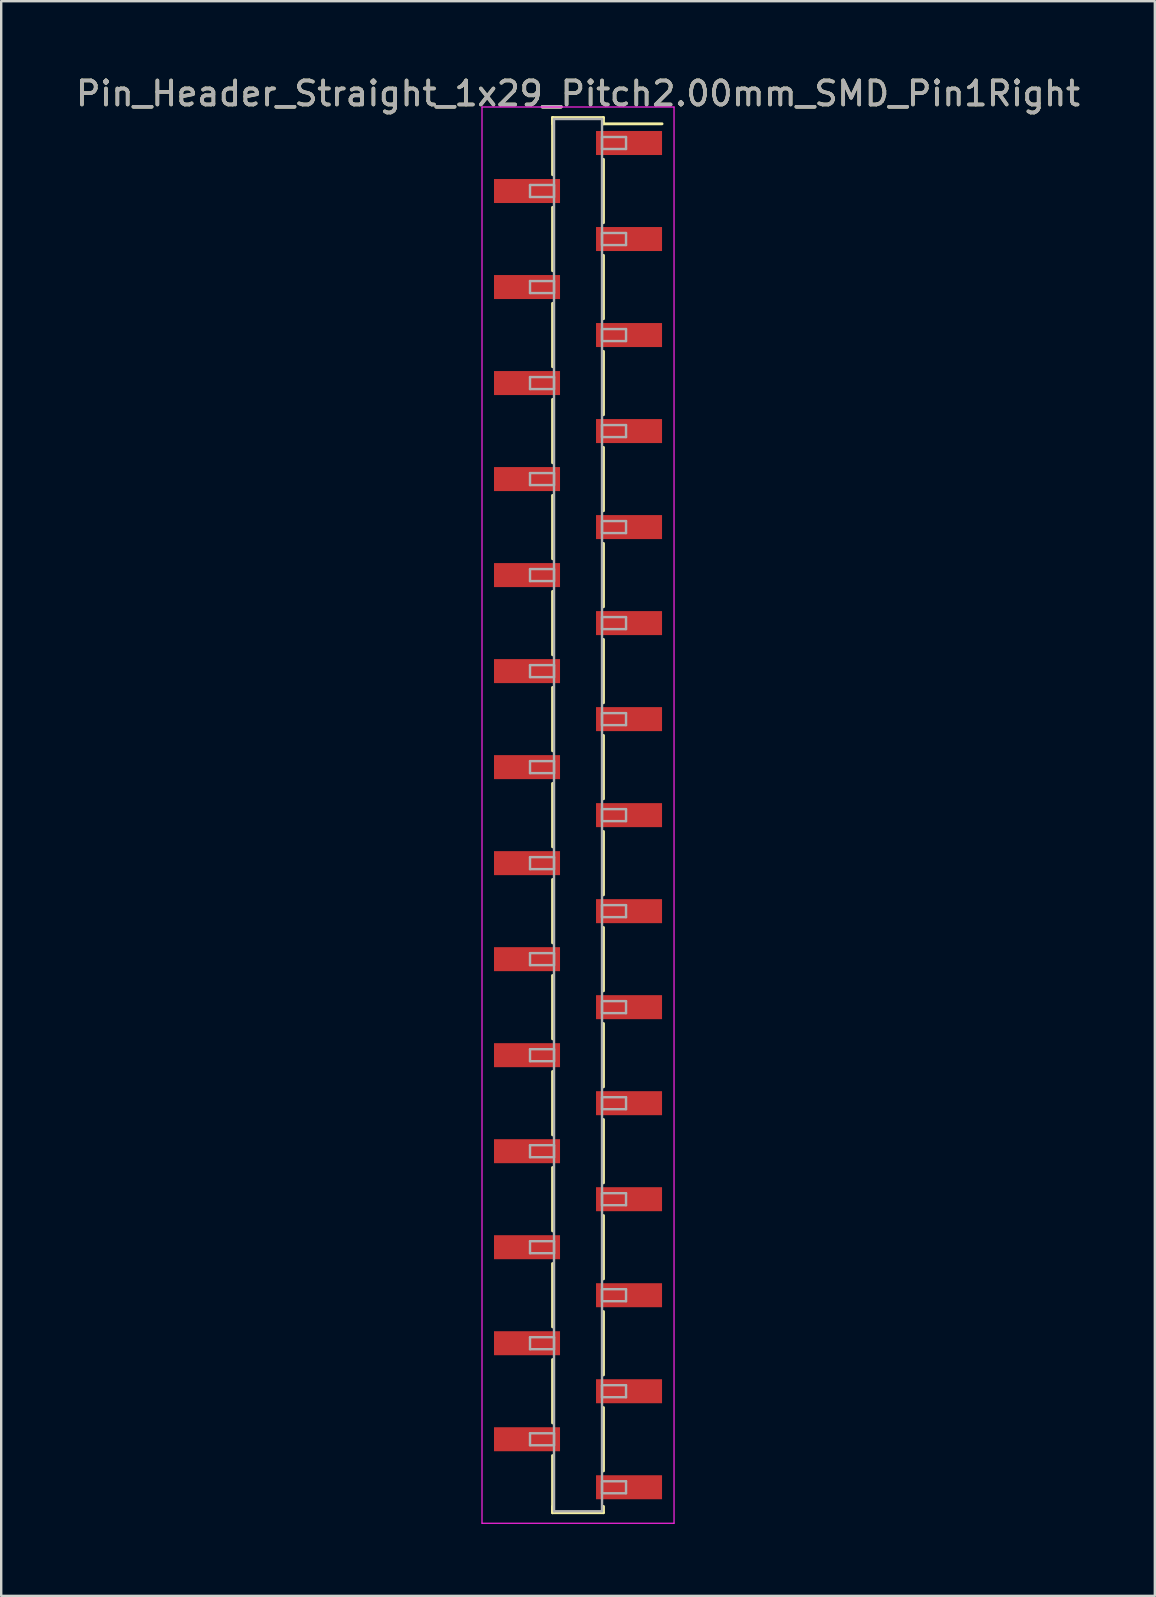
<source format=kicad_pcb>
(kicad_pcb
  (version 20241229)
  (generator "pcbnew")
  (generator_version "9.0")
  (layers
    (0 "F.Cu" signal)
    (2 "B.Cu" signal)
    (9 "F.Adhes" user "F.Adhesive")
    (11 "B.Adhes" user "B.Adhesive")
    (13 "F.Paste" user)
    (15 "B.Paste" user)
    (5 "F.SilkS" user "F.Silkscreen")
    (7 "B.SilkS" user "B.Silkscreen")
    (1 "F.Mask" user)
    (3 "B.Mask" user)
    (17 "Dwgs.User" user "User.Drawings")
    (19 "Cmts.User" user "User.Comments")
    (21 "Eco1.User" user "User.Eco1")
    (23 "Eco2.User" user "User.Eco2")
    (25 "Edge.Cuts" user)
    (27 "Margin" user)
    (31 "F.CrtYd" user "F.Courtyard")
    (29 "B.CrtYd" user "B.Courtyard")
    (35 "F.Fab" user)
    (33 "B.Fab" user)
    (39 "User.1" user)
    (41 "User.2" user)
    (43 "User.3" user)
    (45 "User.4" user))
  (footprint "Pin_Header_Straight_1x29_Pitch2.00mm_SMD_Pin1Right"
    (layer "F.Cu")
    (at 21.03 30.908)
    (property "Reference" "Pin_Header_Straight_1x29_Pitch2.00mm_SMD_Pin1Right" (at 0 -30.06 0) (layer "F.SilkS") (effects (font (size 1 1) (thickness 0.15))))
    (attr smd)
    (fp_line (start -1.06 -29.06) (end -1.06 -26.68) (stroke (width 0.12) (type solid)) (layer "F.SilkS"))
    (fp_line (start -1.06 -29.06) (end 1.06 -29.06) (stroke (width 0.12) (type solid)) (layer "F.SilkS"))
    (fp_line (start -1.06 -28.8) (end -1.06 -29.06) (stroke (width 0.12) (type solid)) (layer "F.SilkS"))
    (fp_line (start -1.06 -25.32) (end -1.06 -22.68) (stroke (width 0.12) (type solid)) (layer "F.SilkS"))
    (fp_line (start -1.06 -21.32) (end -1.06 -18.68) (stroke (width 0.12) (type solid)) (layer "F.SilkS"))
    (fp_line (start -1.06 -17.32) (end -1.06 -14.68) (stroke (width 0.12) (type solid)) (layer "F.SilkS"))
    (fp_line (start -1.06 -13.32) (end -1.06 -10.68) (stroke (width 0.12) (type solid)) (layer "F.SilkS"))
    (fp_line (start -1.06 -9.32) (end -1.06 -6.68) (stroke (width 0.12) (type solid)) (layer "F.SilkS"))
    (fp_line (start -1.06 -5.32) (end -1.06 -2.68) (stroke (width 0.12) (type solid)) (layer "F.SilkS"))
    (fp_line (start -1.06 -1.32) (end -1.06 1.32) (stroke (width 0.12) (type solid)) (layer "F.SilkS"))
    (fp_line (start -1.06 2.68) (end -1.06 5.32) (stroke (width 0.12) (type solid)) (layer "F.SilkS"))
    (fp_line (start -1.06 6.68) (end -1.06 9.32) (stroke (width 0.12) (type solid)) (layer "F.SilkS"))
    (fp_line (start -1.06 10.68) (end -1.06 13.32) (stroke (width 0.12) (type solid)) (layer "F.SilkS"))
    (fp_line (start -1.06 14.68) (end -1.06 17.32) (stroke (width 0.12) (type solid)) (layer "F.SilkS"))
    (fp_line (start -1.06 18.68) (end -1.06 21.32) (stroke (width 0.12) (type solid)) (layer "F.SilkS"))
    (fp_line (start -1.06 22.68) (end -1.06 25.32) (stroke (width 0.12) (type solid)) (layer "F.SilkS"))
    (fp_line (start -1.06 26.68) (end -1.06 29.06) (stroke (width 0.12) (type solid)) (layer "F.SilkS"))
    (fp_line (start -1.06 28.8) (end -1.06 29.06) (stroke (width 0.12) (type solid)) (layer "F.SilkS"))
    (fp_line (start -1.06 29.06) (end 1.06 29.06) (stroke (width 0.12) (type solid)) (layer "F.SilkS"))
    (fp_line (start 1.06 -29.06) (end 1.06 -28.8) (stroke (width 0.12) (type solid)) (layer "F.SilkS"))
    (fp_line (start 1.06 -28.8) (end 3.5 -28.8) (stroke (width 0.12) (type solid)) (layer "F.SilkS"))
    (fp_line (start 1.06 -27.32) (end 1.06 -24.68) (stroke (width 0.12) (type solid)) (layer "F.SilkS"))
    (fp_line (start 1.06 -23.32) (end 1.06 -20.68) (stroke (width 0.12) (type solid)) (layer "F.SilkS"))
    (fp_line (start 1.06 -19.32) (end 1.06 -16.68) (stroke (width 0.12) (type solid)) (layer "F.SilkS"))
    (fp_line (start 1.06 -15.32) (end 1.06 -12.68) (stroke (width 0.12) (type solid)) (layer "F.SilkS"))
    (fp_line (start 1.06 -11.32) (end 1.06 -8.68) (stroke (width 0.12) (type solid)) (layer "F.SilkS"))
    (fp_line (start 1.06 -7.32) (end 1.06 -4.68) (stroke (width 0.12) (type solid)) (layer "F.SilkS"))
    (fp_line (start 1.06 -3.32) (end 1.06 -0.68) (stroke (width 0.12) (type solid)) (layer "F.SilkS"))
    (fp_line (start 1.06 0.68) (end 1.06 3.32) (stroke (width 0.12) (type solid)) (layer "F.SilkS"))
    (fp_line (start 1.06 4.68) (end 1.06 7.32) (stroke (width 0.12) (type solid)) (layer "F.SilkS"))
    (fp_line (start 1.06 8.68) (end 1.06 11.32) (stroke (width 0.12) (type solid)) (layer "F.SilkS"))
    (fp_line (start 1.06 12.68) (end 1.06 15.32) (stroke (width 0.12) (type solid)) (layer "F.SilkS"))
    (fp_line (start 1.06 16.68) (end 1.06 19.32) (stroke (width 0.12) (type solid)) (layer "F.SilkS"))
    (fp_line (start 1.06 20.68) (end 1.06 23.32) (stroke (width 0.12) (type solid)) (layer "F.SilkS"))
    (fp_line (start 1.06 24.68) (end 1.06 27.32) (stroke (width 0.12) (type solid)) (layer "F.SilkS"))
    (fp_line (start 1.06 29.06) (end 1.06 28.8) (stroke (width 0.12) (type solid)) (layer "F.SilkS"))
    (fp_line (start -4 -29.5) (end -4 29.5) (stroke (width 0.05) (type solid)) (layer "F.CrtYd"))
    (fp_line (start -4 29.5) (end 4 29.5) (stroke (width 0.05) (type solid)) (layer "F.CrtYd"))
    (fp_line (start 4 -29.5) (end -4 -29.5) (stroke (width 0.05) (type solid)) (layer "F.CrtYd"))
    (fp_line (start 4 29.5) (end 4 -29.5) (stroke (width 0.05) (type solid)) (layer "F.CrtYd"))
    (fp_line (start -2 -26.25) (end -1 -26.25) (stroke (width 0.1) (type solid)) (layer "F.Fab"))
    (fp_line (start -2 -25.75) (end -2 -26.25) (stroke (width 0.1) (type solid)) (layer "F.Fab"))
    (fp_line (start -2 -22.25) (end -1 -22.25) (stroke (width 0.1) (type solid)) (layer "F.Fab"))
    (fp_line (start -2 -21.75) (end -2 -22.25) (stroke (width 0.1) (type solid)) (layer "F.Fab"))
    (fp_line (start -2 -18.25) (end -1 -18.25) (stroke (width 0.1) (type solid)) (layer "F.Fab"))
    (fp_line (start -2 -17.75) (end -2 -18.25) (stroke (width 0.1) (type solid)) (layer "F.Fab"))
    (fp_line (start -2 -14.25) (end -1 -14.25) (stroke (width 0.1) (type solid)) (layer "F.Fab"))
    (fp_line (start -2 -13.75) (end -2 -14.25) (stroke (width 0.1) (type solid)) (layer "F.Fab"))
    (fp_line (start -2 -10.25) (end -1 -10.25) (stroke (width 0.1) (type solid)) (layer "F.Fab"))
    (fp_line (start -2 -9.75) (end -2 -10.25) (stroke (width 0.1) (type solid)) (layer "F.Fab"))
    (fp_line (start -2 -6.25) (end -1 -6.25) (stroke (width 0.1) (type solid)) (layer "F.Fab"))
    (fp_line (start -2 -5.75) (end -2 -6.25) (stroke (width 0.1) (type solid)) (layer "F.Fab"))
    (fp_line (start -2 -2.25) (end -1 -2.25) (stroke (width 0.1) (type solid)) (layer "F.Fab"))
    (fp_line (start -2 -1.75) (end -2 -2.25) (stroke (width 0.1) (type solid)) (layer "F.Fab"))
    (fp_line (start -2 1.75) (end -1 1.75) (stroke (width 0.1) (type solid)) (layer "F.Fab"))
    (fp_line (start -2 2.25) (end -2 1.75) (stroke (width 0.1) (type solid)) (layer "F.Fab"))
    (fp_line (start -2 5.75) (end -1 5.75) (stroke (width 0.1) (type solid)) (layer "F.Fab"))
    (fp_line (start -2 6.25) (end -2 5.75) (stroke (width 0.1) (type solid)) (layer "F.Fab"))
    (fp_line (start -2 9.75) (end -1 9.75) (stroke (width 0.1) (type solid)) (layer "F.Fab"))
    (fp_line (start -2 10.25) (end -2 9.75) (stroke (width 0.1) (type solid)) (layer "F.Fab"))
    (fp_line (start -2 13.75) (end -1 13.75) (stroke (width 0.1) (type solid)) (layer "F.Fab"))
    (fp_line (start -2 14.25) (end -2 13.75) (stroke (width 0.1) (type solid)) (layer "F.Fab"))
    (fp_line (start -2 17.75) (end -1 17.75) (stroke (width 0.1) (type solid)) (layer "F.Fab"))
    (fp_line (start -2 18.25) (end -2 17.75) (stroke (width 0.1) (type solid)) (layer "F.Fab"))
    (fp_line (start -2 21.75) (end -1 21.75) (stroke (width 0.1) (type solid)) (layer "F.Fab"))
    (fp_line (start -2 22.25) (end -2 21.75) (stroke (width 0.1) (type solid)) (layer "F.Fab"))
    (fp_line (start -2 25.75) (end -1 25.75) (stroke (width 0.1) (type solid)) (layer "F.Fab"))
    (fp_line (start -2 26.25) (end -2 25.75) (stroke (width 0.1) (type solid)) (layer "F.Fab"))
    (fp_line (start -1 -29) (end -1 29) (stroke (width 0.1) (type solid)) (layer "F.Fab"))
    (fp_line (start -1 -26.25) (end -1 -25.75) (stroke (width 0.1) (type solid)) (layer "F.Fab"))
    (fp_line (start -1 -25.75) (end -2 -25.75) (stroke (width 0.1) (type solid)) (layer "F.Fab"))
    (fp_line (start -1 -22.25) (end -1 -21.75) (stroke (width 0.1) (type solid)) (layer "F.Fab"))
    (fp_line (start -1 -21.75) (end -2 -21.75) (stroke (width 0.1) (type solid)) (layer "F.Fab"))
    (fp_line (start -1 -18.25) (end -1 -17.75) (stroke (width 0.1) (type solid)) (layer "F.Fab"))
    (fp_line (start -1 -17.75) (end -2 -17.75) (stroke (width 0.1) (type solid)) (layer "F.Fab"))
    (fp_line (start -1 -14.25) (end -1 -13.75) (stroke (width 0.1) (type solid)) (layer "F.Fab"))
    (fp_line (start -1 -13.75) (end -2 -13.75) (stroke (width 0.1) (type solid)) (layer "F.Fab"))
    (fp_line (start -1 -10.25) (end -1 -9.75) (stroke (width 0.1) (type solid)) (layer "F.Fab"))
    (fp_line (start -1 -9.75) (end -2 -9.75) (stroke (width 0.1) (type solid)) (layer "F.Fab"))
    (fp_line (start -1 -6.25) (end -1 -5.75) (stroke (width 0.1) (type solid)) (layer "F.Fab"))
    (fp_line (start -1 -5.75) (end -2 -5.75) (stroke (width 0.1) (type solid)) (layer "F.Fab"))
    (fp_line (start -1 -2.25) (end -1 -1.75) (stroke (width 0.1) (type solid)) (layer "F.Fab"))
    (fp_line (start -1 -1.75) (end -2 -1.75) (stroke (width 0.1) (type solid)) (layer "F.Fab"))
    (fp_line (start -1 1.75) (end -1 2.25) (stroke (width 0.1) (type solid)) (layer "F.Fab"))
    (fp_line (start -1 2.25) (end -2 2.25) (stroke (width 0.1) (type solid)) (layer "F.Fab"))
    (fp_line (start -1 5.75) (end -1 6.25) (stroke (width 0.1) (type solid)) (layer "F.Fab"))
    (fp_line (start -1 6.25) (end -2 6.25) (stroke (width 0.1) (type solid)) (layer "F.Fab"))
    (fp_line (start -1 9.75) (end -1 10.25) (stroke (width 0.1) (type solid)) (layer "F.Fab"))
    (fp_line (start -1 10.25) (end -2 10.25) (stroke (width 0.1) (type solid)) (layer "F.Fab"))
    (fp_line (start -1 13.75) (end -1 14.25) (stroke (width 0.1) (type solid)) (layer "F.Fab"))
    (fp_line (start -1 14.25) (end -2 14.25) (stroke (width 0.1) (type solid)) (layer "F.Fab"))
    (fp_line (start -1 17.75) (end -1 18.25) (stroke (width 0.1) (type solid)) (layer "F.Fab"))
    (fp_line (start -1 18.25) (end -2 18.25) (stroke (width 0.1) (type solid)) (layer "F.Fab"))
    (fp_line (start -1 21.75) (end -1 22.25) (stroke (width 0.1) (type solid)) (layer "F.Fab"))
    (fp_line (start -1 22.25) (end -2 22.25) (stroke (width 0.1) (type solid)) (layer "F.Fab"))
    (fp_line (start -1 25.75) (end -1 26.25) (stroke (width 0.1) (type solid)) (layer "F.Fab"))
    (fp_line (start -1 26.25) (end -2 26.25) (stroke (width 0.1) (type solid)) (layer "F.Fab"))
    (fp_line (start -1 29) (end 1 29) (stroke (width 0.1) (type solid)) (layer "F.Fab"))
    (fp_line (start 1 -29) (end -1 -29) (stroke (width 0.1) (type solid)) (layer "F.Fab"))
    (fp_line (start 1 -28.25) (end 1 -27.75) (stroke (width 0.1) (type solid)) (layer "F.Fab"))
    (fp_line (start 1 -27.75) (end 2 -27.75) (stroke (width 0.1) (type solid)) (layer "F.Fab"))
    (fp_line (start 1 -24.25) (end 1 -23.75) (stroke (width 0.1) (type solid)) (layer "F.Fab"))
    (fp_line (start 1 -23.75) (end 2 -23.75) (stroke (width 0.1) (type solid)) (layer "F.Fab"))
    (fp_line (start 1 -20.25) (end 1 -19.75) (stroke (width 0.1) (type solid)) (layer "F.Fab"))
    (fp_line (start 1 -19.75) (end 2 -19.75) (stroke (width 0.1) (type solid)) (layer "F.Fab"))
    (fp_line (start 1 -16.25) (end 1 -15.75) (stroke (width 0.1) (type solid)) (layer "F.Fab"))
    (fp_line (start 1 -15.75) (end 2 -15.75) (stroke (width 0.1) (type solid)) (layer "F.Fab"))
    (fp_line (start 1 -12.25) (end 1 -11.75) (stroke (width 0.1) (type solid)) (layer "F.Fab"))
    (fp_line (start 1 -11.75) (end 2 -11.75) (stroke (width 0.1) (type solid)) (layer "F.Fab"))
    (fp_line (start 1 -8.25) (end 1 -7.75) (stroke (width 0.1) (type solid)) (layer "F.Fab"))
    (fp_line (start 1 -7.75) (end 2 -7.75) (stroke (width 0.1) (type solid)) (layer "F.Fab"))
    (fp_line (start 1 -4.25) (end 1 -3.75) (stroke (width 0.1) (type solid)) (layer "F.Fab"))
    (fp_line (start 1 -3.75) (end 2 -3.75) (stroke (width 0.1) (type solid)) (layer "F.Fab"))
    (fp_line (start 1 -0.25) (end 1 0.25) (stroke (width 0.1) (type solid)) (layer "F.Fab"))
    (fp_line (start 1 0.25) (end 2 0.25) (stroke (width 0.1) (type solid)) (layer "F.Fab"))
    (fp_line (start 1 3.75) (end 1 4.25) (stroke (width 0.1) (type solid)) (layer "F.Fab"))
    (fp_line (start 1 4.25) (end 2 4.25) (stroke (width 0.1) (type solid)) (layer "F.Fab"))
    (fp_line (start 1 7.75) (end 1 8.25) (stroke (width 0.1) (type solid)) (layer "F.Fab"))
    (fp_line (start 1 8.25) (end 2 8.25) (stroke (width 0.1) (type solid)) (layer "F.Fab"))
    (fp_line (start 1 11.75) (end 1 12.25) (stroke (width 0.1) (type solid)) (layer "F.Fab"))
    (fp_line (start 1 12.25) (end 2 12.25) (stroke (width 0.1) (type solid)) (layer "F.Fab"))
    (fp_line (start 1 15.75) (end 1 16.25) (stroke (width 0.1) (type solid)) (layer "F.Fab"))
    (fp_line (start 1 16.25) (end 2 16.25) (stroke (width 0.1) (type solid)) (layer "F.Fab"))
    (fp_line (start 1 19.75) (end 1 20.25) (stroke (width 0.1) (type solid)) (layer "F.Fab"))
    (fp_line (start 1 20.25) (end 2 20.25) (stroke (width 0.1) (type solid)) (layer "F.Fab"))
    (fp_line (start 1 23.75) (end 1 24.25) (stroke (width 0.1) (type solid)) (layer "F.Fab"))
    (fp_line (start 1 24.25) (end 2 24.25) (stroke (width 0.1) (type solid)) (layer "F.Fab"))
    (fp_line (start 1 27.75) (end 1 28.25) (stroke (width 0.1) (type solid)) (layer "F.Fab"))
    (fp_line (start 1 28.25) (end 2 28.25) (stroke (width 0.1) (type solid)) (layer "F.Fab"))
    (fp_line (start 1 29) (end 1 -29) (stroke (width 0.1) (type solid)) (layer "F.Fab"))
    (fp_line (start 2 -28.25) (end 1 -28.25) (stroke (width 0.1) (type solid)) (layer "F.Fab"))
    (fp_line (start 2 -27.75) (end 2 -28.25) (stroke (width 0.1) (type solid)) (layer "F.Fab"))
    (fp_line (start 2 -24.25) (end 1 -24.25) (stroke (width 0.1) (type solid)) (layer "F.Fab"))
    (fp_line (start 2 -23.75) (end 2 -24.25) (stroke (width 0.1) (type solid)) (layer "F.Fab"))
    (fp_line (start 2 -20.25) (end 1 -20.25) (stroke (width 0.1) (type solid)) (layer "F.Fab"))
    (fp_line (start 2 -19.75) (end 2 -20.25) (stroke (width 0.1) (type solid)) (layer "F.Fab"))
    (fp_line (start 2 -16.25) (end 1 -16.25) (stroke (width 0.1) (type solid)) (layer "F.Fab"))
    (fp_line (start 2 -15.75) (end 2 -16.25) (stroke (width 0.1) (type solid)) (layer "F.Fab"))
    (fp_line (start 2 -12.25) (end 1 -12.25) (stroke (width 0.1) (type solid)) (layer "F.Fab"))
    (fp_line (start 2 -11.75) (end 2 -12.25) (stroke (width 0.1) (type solid)) (layer "F.Fab"))
    (fp_line (start 2 -8.25) (end 1 -8.25) (stroke (width 0.1) (type solid)) (layer "F.Fab"))
    (fp_line (start 2 -7.75) (end 2 -8.25) (stroke (width 0.1) (type solid)) (layer "F.Fab"))
    (fp_line (start 2 -4.25) (end 1 -4.25) (stroke (width 0.1) (type solid)) (layer "F.Fab"))
    (fp_line (start 2 -3.75) (end 2 -4.25) (stroke (width 0.1) (type solid)) (layer "F.Fab"))
    (fp_line (start 2 -0.25) (end 1 -0.25) (stroke (width 0.1) (type solid)) (layer "F.Fab"))
    (fp_line (start 2 0.25) (end 2 -0.25) (stroke (width 0.1) (type solid)) (layer "F.Fab"))
    (fp_line (start 2 3.75) (end 1 3.75) (stroke (width 0.1) (type solid)) (layer "F.Fab"))
    (fp_line (start 2 4.25) (end 2 3.75) (stroke (width 0.1) (type solid)) (layer "F.Fab"))
    (fp_line (start 2 7.75) (end 1 7.75) (stroke (width 0.1) (type solid)) (layer "F.Fab"))
    (fp_line (start 2 8.25) (end 2 7.75) (stroke (width 0.1) (type solid)) (layer "F.Fab"))
    (fp_line (start 2 11.75) (end 1 11.75) (stroke (width 0.1) (type solid)) (layer "F.Fab"))
    (fp_line (start 2 12.25) (end 2 11.75) (stroke (width 0.1) (type solid)) (layer "F.Fab"))
    (fp_line (start 2 15.75) (end 1 15.75) (stroke (width 0.1) (type solid)) (layer "F.Fab"))
    (fp_line (start 2 16.25) (end 2 15.75) (stroke (width 0.1) (type solid)) (layer "F.Fab"))
    (fp_line (start 2 19.75) (end 1 19.75) (stroke (width 0.1) (type solid)) (layer "F.Fab"))
    (fp_line (start 2 20.25) (end 2 19.75) (stroke (width 0.1) (type solid)) (layer "F.Fab"))
    (fp_line (start 2 23.75) (end 1 23.75) (stroke (width 0.1) (type solid)) (layer "F.Fab"))
    (fp_line (start 2 24.25) (end 2 23.75) (stroke (width 0.1) (type solid)) (layer "F.Fab"))
    (fp_line (start 2 27.75) (end 1 27.75) (stroke (width 0.1) (type solid)) (layer "F.Fab"))
    (fp_line (start 2 28.25) (end 2 27.75) (stroke (width 0.1) (type solid)) (layer "F.Fab"))
    (fp_text user "${REFERENCE}" (at 0 -30.06 0) (layer "F.Fab") (effects (font (size 1 1) (thickness 0.15))))
    (pad "1" smd rect (at 2.125 -28) (size 2.75 1) (layers "F.Cu" "F.Mask" "F.Paste"))
    (pad "2" smd rect (at -2.125 -26) (size 2.75 1) (layers "F.Cu" "F.Mask" "F.Paste"))
    (pad "3" smd rect (at 2.125 -24) (size 2.75 1) (layers "F.Cu" "F.Mask" "F.Paste"))
    (pad "4" smd rect (at -2.125 -22) (size 2.75 1) (layers "F.Cu" "F.Mask" "F.Paste"))
    (pad "5" smd rect (at 2.125 -20) (size 2.75 1) (layers "F.Cu" "F.Mask" "F.Paste"))
    (pad "6" smd rect (at -2.125 -18) (size 2.75 1) (layers "F.Cu" "F.Mask" "F.Paste"))
    (pad "7" smd rect (at 2.125 -16) (size 2.75 1) (layers "F.Cu" "F.Mask" "F.Paste"))
    (pad "8" smd rect (at -2.125 -14) (size 2.75 1) (layers "F.Cu" "F.Mask" "F.Paste"))
    (pad "9" smd rect (at 2.125 -12) (size 2.75 1) (layers "F.Cu" "F.Mask" "F.Paste"))
    (pad "10" smd rect (at -2.125 -10) (size 2.75 1) (layers "F.Cu" "F.Mask" "F.Paste"))
    (pad "11" smd rect (at 2.125 -8) (size 2.75 1) (layers "F.Cu" "F.Mask" "F.Paste"))
    (pad "12" smd rect (at -2.125 -6) (size 2.75 1) (layers "F.Cu" "F.Mask" "F.Paste"))
    (pad "13" smd rect (at 2.125 -4) (size 2.75 1) (layers "F.Cu" "F.Mask" "F.Paste"))
    (pad "14" smd rect (at -2.125 -2) (size 2.75 1) (layers "F.Cu" "F.Mask" "F.Paste"))
    (pad "15" smd rect (at 2.125 0) (size 2.75 1) (layers "F.Cu" "F.Mask" "F.Paste"))
    (pad "16" smd rect (at -2.125 2) (size 2.75 1) (layers "F.Cu" "F.Mask" "F.Paste"))
    (pad "17" smd rect (at 2.125 4) (size 2.75 1) (layers "F.Cu" "F.Mask" "F.Paste"))
    (pad "18" smd rect (at -2.125 6) (size 2.75 1) (layers "F.Cu" "F.Mask" "F.Paste"))
    (pad "19" smd rect (at 2.125 8) (size 2.75 1) (layers "F.Cu" "F.Mask" "F.Paste"))
    (pad "20" smd rect (at -2.125 10) (size 2.75 1) (layers "F.Cu" "F.Mask" "F.Paste"))
    (pad "21" smd rect (at 2.125 12) (size 2.75 1) (layers "F.Cu" "F.Mask" "F.Paste"))
    (pad "22" smd rect (at -2.125 14) (size 2.75 1) (layers "F.Cu" "F.Mask" "F.Paste"))
    (pad "23" smd rect (at 2.125 16) (size 2.75 1) (layers "F.Cu" "F.Mask" "F.Paste"))
    (pad "24" smd rect (at -2.125 18) (size 2.75 1) (layers "F.Cu" "F.Mask" "F.Paste"))
    (pad "25" smd rect (at 2.125 20) (size 2.75 1) (layers "F.Cu" "F.Mask" "F.Paste"))
    (pad "26" smd rect (at -2.125 22) (size 2.75 1) (layers "F.Cu" "F.Mask" "F.Paste"))
    (pad "27" smd rect (at 2.125 24) (size 2.75 1) (layers "F.Cu" "F.Mask" "F.Paste"))
    (pad "28" smd rect (at -2.125 26) (size 2.75 1) (layers "F.Cu" "F.Mask" "F.Paste"))
    (pad "29" smd rect (at 2.125 28) (size 2.75 1) (layers "F.Cu" "F.Mask" "F.Paste")))
  (gr_rect
    (start -3 -3)
    (end 45.06 63.433)
    (stroke (width 0.1) (type default))
    (fill no)
    (layer "Edge.Cuts")))
</source>
